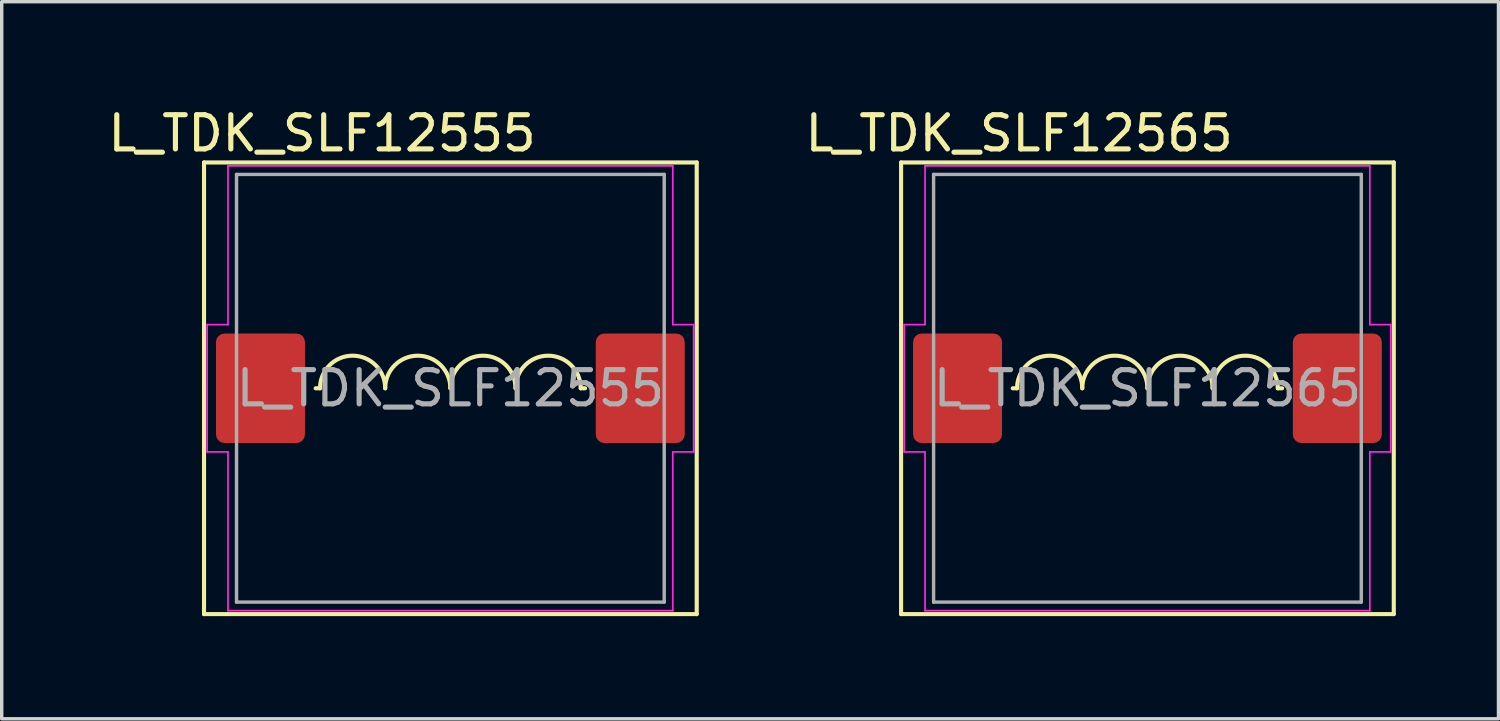
<source format=kicad_pcb>
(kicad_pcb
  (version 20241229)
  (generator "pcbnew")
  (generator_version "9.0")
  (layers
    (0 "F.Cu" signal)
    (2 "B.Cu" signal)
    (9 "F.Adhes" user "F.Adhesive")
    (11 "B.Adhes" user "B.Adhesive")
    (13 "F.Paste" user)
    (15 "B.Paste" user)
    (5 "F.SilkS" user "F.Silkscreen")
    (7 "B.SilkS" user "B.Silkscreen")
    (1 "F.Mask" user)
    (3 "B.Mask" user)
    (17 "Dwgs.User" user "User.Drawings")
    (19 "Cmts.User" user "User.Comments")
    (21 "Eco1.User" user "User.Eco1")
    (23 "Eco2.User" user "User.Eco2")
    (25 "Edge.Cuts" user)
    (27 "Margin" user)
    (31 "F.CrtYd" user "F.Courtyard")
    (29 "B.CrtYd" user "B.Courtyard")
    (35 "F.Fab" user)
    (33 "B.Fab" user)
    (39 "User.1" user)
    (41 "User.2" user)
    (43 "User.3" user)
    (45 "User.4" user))
  (footprint "L_TDK_SLF12565"
    (layer "F.Cu")
    (at 30.486 8.298)
    (property "Reference" "L_TDK_SLF12565" (at -3.75 -7.45 0) (layer "F.SilkS") (effects (font (size 1 1) (thickness 0.15))))
    (attr smd)
    (fp_line (start -7.2 -6.6) (end 7.2 -6.6) (stroke (width 0.12) (type solid)) (layer "F.SilkS"))
    (fp_line (start -7.2 0) (end -7.2 -6.6) (stroke (width 0.12) (type solid)) (layer "F.SilkS"))
    (fp_line (start -7.2 6.6) (end -7.2 0) (stroke (width 0.12) (type solid)) (layer "F.SilkS"))
    (fp_line (start -3.81 0) (end -3.937 0) (stroke (width 0.12) (type solid)) (layer "F.SilkS"))
    (fp_line (start 3.81 0) (end 3.937 0) (stroke (width 0.12) (type solid)) (layer "F.SilkS"))
    (fp_line (start 7.2 -6.6) (end 7.2 6.6) (stroke (width 0.12) (type solid)) (layer "F.SilkS"))
    (fp_line (start 7.2 6.6) (end -7.2 6.6) (stroke (width 0.12) (type solid)) (layer "F.SilkS"))
    (fp_arc (start -3.81 0) (mid -2.8575 -0.9525) (end -1.905 0) (stroke (width 0.12) (type solid)) (layer "F.SilkS"))
    (fp_arc (start -1.905 0) (mid -0.9525 -0.9525) (end 0 0) (stroke (width 0.12) (type solid)) (layer "F.SilkS"))
    (fp_arc (start 0 0) (mid 0.9525 -0.9525) (end 1.905 0) (stroke (width 0.12) (type solid)) (layer "F.SilkS"))
    (fp_arc (start 1.905 0) (mid 2.8575 -0.9525) (end 3.81 0) (stroke (width 0.12) (type solid)) (layer "F.SilkS"))
    (fp_line (start -7.11 -1.86) (end -7.11 1.86) (stroke (width 0.05) (type solid)) (layer "F.CrtYd"))
    (fp_line (start -7.11 1.86) (end -6.5 1.86) (stroke (width 0.05) (type solid)) (layer "F.CrtYd"))
    (fp_line (start -6.5 -6.5) (end -6.5 -1.86) (stroke (width 0.05) (type solid)) (layer "F.CrtYd"))
    (fp_line (start -6.5 -6.5) (end 6.5 -6.5) (stroke (width 0.05) (type solid)) (layer "F.CrtYd"))
    (fp_line (start -6.5 -1.86) (end -7.11 -1.86) (stroke (width 0.05) (type solid)) (layer "F.CrtYd"))
    (fp_line (start -6.5 1.86) (end -6.5 6.5) (stroke (width 0.05) (type solid)) (layer "F.CrtYd"))
    (fp_line (start -6.5 6.5) (end 6.5 6.5) (stroke (width 0.05) (type solid)) (layer "F.CrtYd"))
    (fp_line (start 6.5 -6.5) (end 6.5 -1.86) (stroke (width 0.05) (type solid)) (layer "F.CrtYd"))
    (fp_line (start 6.5 -1.86) (end 7.11 -1.86) (stroke (width 0.05) (type solid)) (layer "F.CrtYd"))
    (fp_line (start 6.5 1.86) (end 6.5 6.5) (stroke (width 0.05) (type solid)) (layer "F.CrtYd"))
    (fp_line (start 7.11 -1.86) (end 7.11 1.86) (stroke (width 0.05) (type solid)) (layer "F.CrtYd"))
    (fp_line (start 7.11 1.86) (end 6.5 1.86) (stroke (width 0.05) (type solid)) (layer "F.CrtYd"))
    (fp_line (start -6.25 -6.25) (end 6.25 -6.25) (stroke (width 0.1) (type solid)) (layer "F.Fab"))
    (fp_line (start -6.25 6.25) (end -6.25 -6.25) (stroke (width 0.1) (type solid)) (layer "F.Fab"))
    (fp_line (start 6.25 -6.25) (end 6.25 6.25) (stroke (width 0.1) (type solid)) (layer "F.Fab"))
    (fp_line (start 6.25 6.25) (end -6.25 6.25) (stroke (width 0.1) (type solid)) (layer "F.Fab"))
    (fp_text user "${REFERENCE}" (at 0 0 0) (layer "F.Fab") (effects (font (size 1 1) (thickness 0.15))))
    (pad "1" smd roundrect (at -5.55 0) (size 2.6 3.2) (layers "F.Cu" "F.Mask" "F.Paste") (roundrect_rratio 0.096))
    (pad "2" smd roundrect (at 5.55 0) (size 2.6 3.2) (layers "F.Cu" "F.Mask" "F.Paste") (roundrect_rratio 0.096)))
  (footprint "L_TDK_SLF12555"
    (layer "F.Cu")
    (at 10.113 8.298)
    (property "Reference" "L_TDK_SLF12555" (at -3.75 -7.45 0) (layer "F.SilkS") (effects (font (size 1 1) (thickness 0.15))))
    (attr smd)
    (fp_line (start -7.2 -6.6) (end 7.2 -6.6) (stroke (width 0.12) (type solid)) (layer "F.SilkS"))
    (fp_line (start -7.2 0) (end -7.2 -6.6) (stroke (width 0.12) (type solid)) (layer "F.SilkS"))
    (fp_line (start -7.2 6.6) (end -7.2 0) (stroke (width 0.12) (type solid)) (layer "F.SilkS"))
    (fp_line (start -3.81 0) (end -3.937 0) (stroke (width 0.12) (type solid)) (layer "F.SilkS"))
    (fp_line (start 3.81 0) (end 3.937 0) (stroke (width 0.12) (type solid)) (layer "F.SilkS"))
    (fp_line (start 7.2 -6.6) (end 7.2 6.6) (stroke (width 0.12) (type solid)) (layer "F.SilkS"))
    (fp_line (start 7.2 6.6) (end -7.2 6.6) (stroke (width 0.12) (type solid)) (layer "F.SilkS"))
    (fp_arc (start -3.81 0) (mid -2.8575 -0.9525) (end -1.905 0) (stroke (width 0.12) (type solid)) (layer "F.SilkS"))
    (fp_arc (start -1.905 0) (mid -0.9525 -0.9525) (end 0 0) (stroke (width 0.12) (type solid)) (layer "F.SilkS"))
    (fp_arc (start 0 0) (mid 0.9525 -0.9525) (end 1.905 0) (stroke (width 0.12) (type solid)) (layer "F.SilkS"))
    (fp_arc (start 1.905 0) (mid 2.8575 -0.9525) (end 3.81 0) (stroke (width 0.12) (type solid)) (layer "F.SilkS"))
    (fp_line (start -7.11 -1.86) (end -7.11 1.86) (stroke (width 0.05) (type solid)) (layer "F.CrtYd"))
    (fp_line (start -7.11 1.86) (end -6.5 1.86) (stroke (width 0.05) (type solid)) (layer "F.CrtYd"))
    (fp_line (start -6.5 -6.5) (end -6.5 -1.86) (stroke (width 0.05) (type solid)) (layer "F.CrtYd"))
    (fp_line (start -6.5 -6.5) (end 6.5 -6.5) (stroke (width 0.05) (type solid)) (layer "F.CrtYd"))
    (fp_line (start -6.5 -1.86) (end -7.11 -1.86) (stroke (width 0.05) (type solid)) (layer "F.CrtYd"))
    (fp_line (start -6.5 1.86) (end -6.5 6.5) (stroke (width 0.05) (type solid)) (layer "F.CrtYd"))
    (fp_line (start -6.5 6.5) (end 6.5 6.5) (stroke (width 0.05) (type solid)) (layer "F.CrtYd"))
    (fp_line (start 6.5 -6.5) (end 6.5 -1.86) (stroke (width 0.05) (type solid)) (layer "F.CrtYd"))
    (fp_line (start 6.5 -1.86) (end 7.11 -1.86) (stroke (width 0.05) (type solid)) (layer "F.CrtYd"))
    (fp_line (start 6.5 1.86) (end 6.5 6.5) (stroke (width 0.05) (type solid)) (layer "F.CrtYd"))
    (fp_line (start 7.11 -1.86) (end 7.11 1.86) (stroke (width 0.05) (type solid)) (layer "F.CrtYd"))
    (fp_line (start 7.11 1.86) (end 6.5 1.86) (stroke (width 0.05) (type solid)) (layer "F.CrtYd"))
    (fp_line (start -6.25 -6.25) (end 6.25 -6.25) (stroke (width 0.1) (type solid)) (layer "F.Fab"))
    (fp_line (start -6.25 6.25) (end -6.25 -6.25) (stroke (width 0.1) (type solid)) (layer "F.Fab"))
    (fp_line (start 6.25 -6.25) (end 6.25 6.25) (stroke (width 0.1) (type solid)) (layer "F.Fab"))
    (fp_line (start 6.25 6.25) (end -6.25 6.25) (stroke (width 0.1) (type solid)) (layer "F.Fab"))
    (fp_text user "${REFERENCE}" (at 0 0 0) (layer "F.Fab") (effects (font (size 1 1) (thickness 0.15))))
    (pad "1" smd roundrect (at -5.55 0) (size 2.6 3.2) (layers "F.Cu" "F.Mask" "F.Paste") (roundrect_rratio 0.096))
    (pad "2" smd roundrect (at 5.55 0) (size 2.6 3.2) (layers "F.Cu" "F.Mask" "F.Paste") (roundrect_rratio 0.096)))
  (gr_rect
    (start -3 -3)
    (end 40.746 17.958)
    (stroke (width 0.1) (type default))
    (fill no)
    (layer "Edge.Cuts")))
</source>
